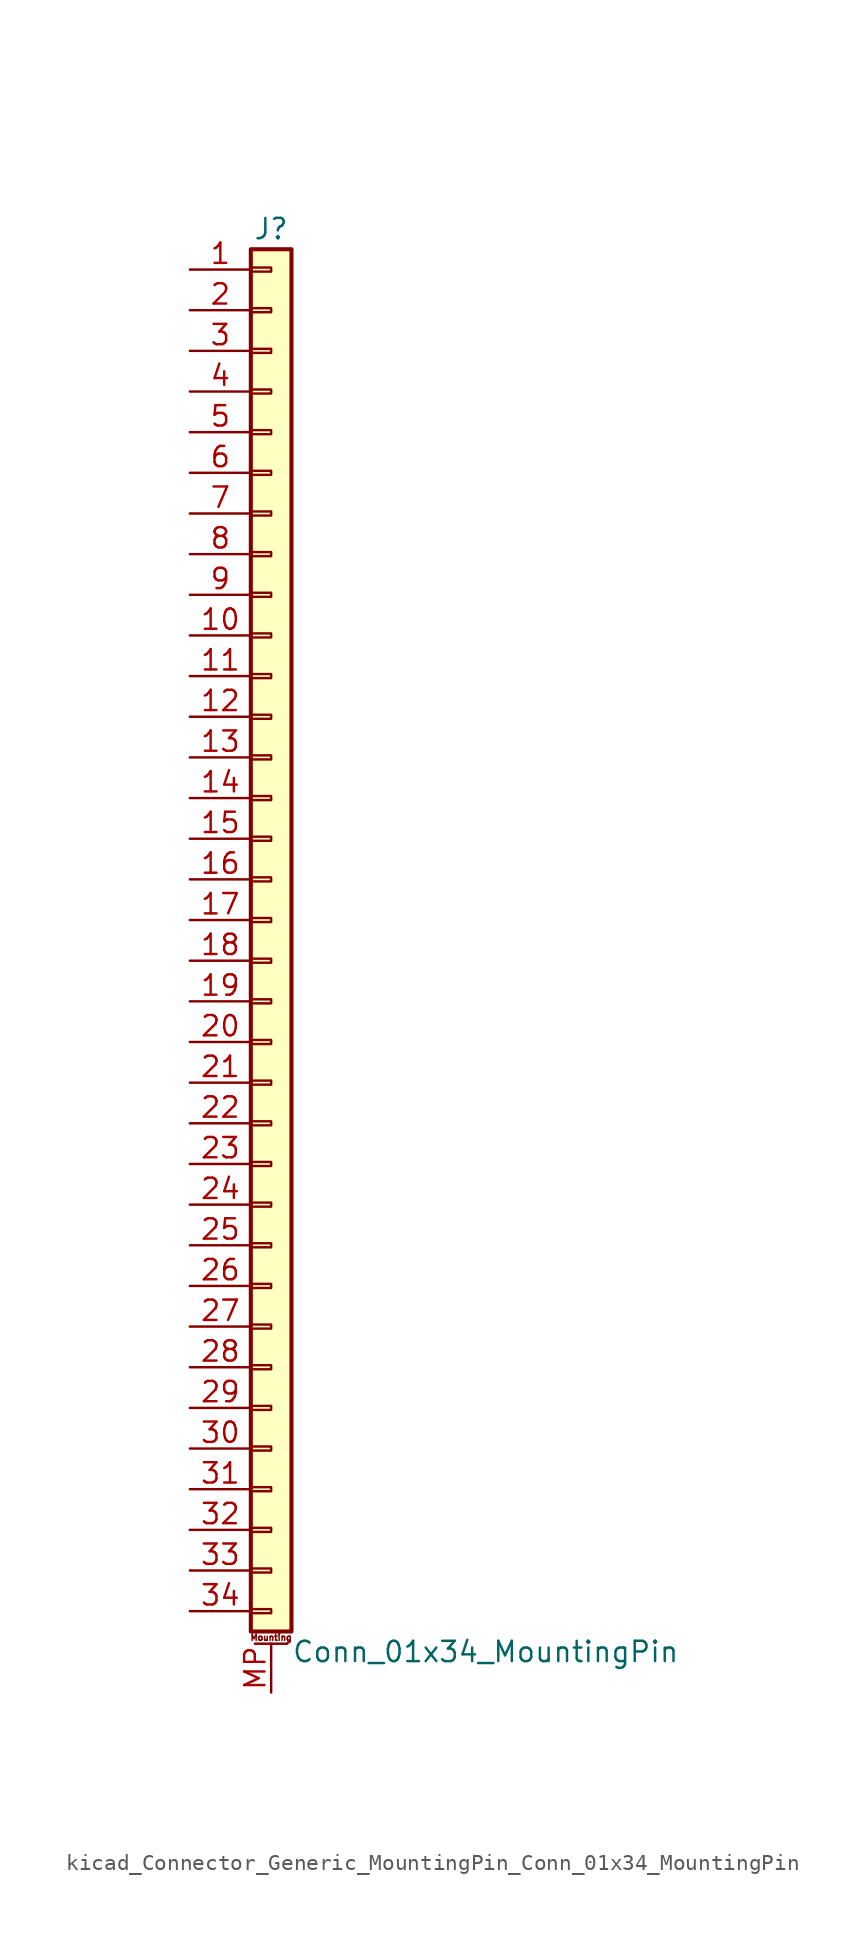
<source format=kicad_sym>
(kicad_symbol_lib
  (version 20220914)
  (generator kicad_symbol_editor)
  (symbol "kicad_Connector_Generic_MountingPin_Conn_01x34_MountingPin"
    (pin_names
      (offset 1.016) hide)
    (property "Reference" "J"
      (at 0 43.18 0)
      (effects (font (size 1.27 1.27))))
    (property "Value" "Conn_01x34_MountingPin"
      (at 1.27 -45.72 0)
      (effects (font (size 1.27 1.27)) (justify left)))
    (symbol "kicad_Connector_Generic_MountingPin_Conn_01x34_MountingPin_1_1"
      (rectangle (start -1.27 -43.053) (end 0 -43.307) (stroke (width 0.152) (type default)) (fill (type none)))
      (rectangle (start -1.27 -40.513) (end 0 -40.767) (stroke (width 0.152) (type default)) (fill (type none)))
      (rectangle (start -1.27 -37.973) (end 0 -38.227) (stroke (width 0.152) (type default)) (fill (type none)))
      (rectangle (start -1.27 -35.433) (end 0 -35.687) (stroke (width 0.152) (type default)) (fill (type none)))
      (rectangle (start -1.27 -32.893) (end 0 -33.147) (stroke (width 0.152) (type default)) (fill (type none)))
      (rectangle (start -1.27 -30.353) (end 0 -30.607) (stroke (width 0.152) (type default)) (fill (type none)))
      (rectangle (start -1.27 -27.813) (end 0 -28.067) (stroke (width 0.152) (type default)) (fill (type none)))
      (rectangle (start -1.27 -25.273) (end 0 -25.527) (stroke (width 0.152) (type default)) (fill (type none)))
      (rectangle (start -1.27 -22.733) (end 0 -22.987) (stroke (width 0.152) (type default)) (fill (type none)))
      (rectangle (start -1.27 -20.193) (end 0 -20.447) (stroke (width 0.152) (type default)) (fill (type none)))
      (rectangle (start -1.27 -17.653) (end 0 -17.907) (stroke (width 0.152) (type default)) (fill (type none)))
      (rectangle (start -1.27 -15.113) (end 0 -15.367) (stroke (width 0.152) (type default)) (fill (type none)))
      (rectangle (start -1.27 -12.573) (end 0 -12.827) (stroke (width 0.152) (type default)) (fill (type none)))
      (rectangle (start -1.27 -10.033) (end 0 -10.287) (stroke (width 0.152) (type default)) (fill (type none)))
      (rectangle (start -1.27 -7.493) (end 0 -7.747) (stroke (width 0.152) (type default)) (fill (type none)))
      (rectangle (start -1.27 -4.953) (end 0 -5.207) (stroke (width 0.152) (type default)) (fill (type none)))
      (rectangle (start -1.27 -2.413) (end 0 -2.667) (stroke (width 0.152) (type default)) (fill (type none)))
      (rectangle (start -1.27 0.127) (end 0 -0.127) (stroke (width 0.152) (type default)) (fill (type none)))
      (rectangle (start -1.27 2.667) (end 0 2.413) (stroke (width 0.152) (type default)) (fill (type none)))
      (rectangle (start -1.27 5.207) (end 0 4.953) (stroke (width 0.152) (type default)) (fill (type none)))
      (rectangle (start -1.27 7.747) (end 0 7.493) (stroke (width 0.152) (type default)) (fill (type none)))
      (rectangle (start -1.27 10.287) (end 0 10.033) (stroke (width 0.152) (type default)) (fill (type none)))
      (rectangle (start -1.27 12.827) (end 0 12.573) (stroke (width 0.152) (type default)) (fill (type none)))
      (rectangle (start -1.27 15.367) (end 0 15.113) (stroke (width 0.152) (type default)) (fill (type none)))
      (rectangle (start -1.27 17.907) (end 0 17.653) (stroke (width 0.152) (type default)) (fill (type none)))
      (rectangle (start -1.27 20.447) (end 0 20.193) (stroke (width 0.152) (type default)) (fill (type none)))
      (rectangle (start -1.27 22.987) (end 0 22.733) (stroke (width 0.152) (type default)) (fill (type none)))
      (rectangle (start -1.27 25.527) (end 0 25.273) (stroke (width 0.152) (type default)) (fill (type none)))
      (rectangle (start -1.27 28.067) (end 0 27.813) (stroke (width 0.152) (type default)) (fill (type none)))
      (rectangle (start -1.27 30.607) (end 0 30.353) (stroke (width 0.152) (type default)) (fill (type none)))
      (rectangle (start -1.27 33.147) (end 0 32.893) (stroke (width 0.152) (type default)) (fill (type none)))
      (rectangle (start -1.27 35.687) (end 0 35.433) (stroke (width 0.152) (type default)) (fill (type none)))
      (rectangle (start -1.27 38.227) (end 0 37.973) (stroke (width 0.152) (type default)) (fill (type none)))
      (rectangle (start -1.27 40.767) (end 0 40.513) (stroke (width 0.152) (type default)) (fill (type none)))
      (rectangle (start -1.27 41.91) (end 1.27 -44.45) (stroke (width 0.254) (type default)) (fill (type background)))
      (polyline (pts (xy -1.016 -45.212) (xy 1.016 -45.212)) (stroke (width 0.152) (type default)) (fill (type none)))
      (text "Mounting" (at 0 -44.831 0) (effects (font (size 0.381 0.381))))
      (pin passive line (at -5.08 40.64 0) (length 3.81) (name "Pin_1" (effects (font (size 1.27 1.27)))) (number "1" (effects (font (size 1.27 1.27)))))
      (pin passive line (at -5.08 17.78 0) (length 3.81) (name "Pin_10" (effects (font (size 1.27 1.27)))) (number "10" (effects (font (size 1.27 1.27)))))
      (pin passive line (at -5.08 15.24 0) (length 3.81) (name "Pin_11" (effects (font (size 1.27 1.27)))) (number "11" (effects (font (size 1.27 1.27)))))
      (pin passive line (at -5.08 12.7 0) (length 3.81) (name "Pin_12" (effects (font (size 1.27 1.27)))) (number "12" (effects (font (size 1.27 1.27)))))
      (pin passive line (at -5.08 10.16 0) (length 3.81) (name "Pin_13" (effects (font (size 1.27 1.27)))) (number "13" (effects (font (size 1.27 1.27)))))
      (pin passive line (at -5.08 7.62 0) (length 3.81) (name "Pin_14" (effects (font (size 1.27 1.27)))) (number "14" (effects (font (size 1.27 1.27)))))
      (pin passive line (at -5.08 5.08 0) (length 3.81) (name "Pin_15" (effects (font (size 1.27 1.27)))) (number "15" (effects (font (size 1.27 1.27)))))
      (pin passive line (at -5.08 2.54 0) (length 3.81) (name "Pin_16" (effects (font (size 1.27 1.27)))) (number "16" (effects (font (size 1.27 1.27)))))
      (pin passive line (at -5.08 0 0) (length 3.81) (name "Pin_17" (effects (font (size 1.27 1.27)))) (number "17" (effects (font (size 1.27 1.27)))))
      (pin passive line (at -5.08 -2.54 0) (length 3.81) (name "Pin_18" (effects (font (size 1.27 1.27)))) (number "18" (effects (font (size 1.27 1.27)))))
      (pin passive line (at -5.08 -5.08 0) (length 3.81) (name "Pin_19" (effects (font (size 1.27 1.27)))) (number "19" (effects (font (size 1.27 1.27)))))
      (pin passive line (at -5.08 38.1 0) (length 3.81) (name "Pin_2" (effects (font (size 1.27 1.27)))) (number "2" (effects (font (size 1.27 1.27)))))
      (pin passive line (at -5.08 -7.62 0) (length 3.81) (name "Pin_20" (effects (font (size 1.27 1.27)))) (number "20" (effects (font (size 1.27 1.27)))))
      (pin passive line (at -5.08 -10.16 0) (length 3.81) (name "Pin_21" (effects (font (size 1.27 1.27)))) (number "21" (effects (font (size 1.27 1.27)))))
      (pin passive line (at -5.08 -12.7 0) (length 3.81) (name "Pin_22" (effects (font (size 1.27 1.27)))) (number "22" (effects (font (size 1.27 1.27)))))
      (pin passive line (at -5.08 -15.24 0) (length 3.81) (name "Pin_23" (effects (font (size 1.27 1.27)))) (number "23" (effects (font (size 1.27 1.27)))))
      (pin passive line (at -5.08 -17.78 0) (length 3.81) (name "Pin_24" (effects (font (size 1.27 1.27)))) (number "24" (effects (font (size 1.27 1.27)))))
      (pin passive line (at -5.08 -20.32 0) (length 3.81) (name "Pin_25" (effects (font (size 1.27 1.27)))) (number "25" (effects (font (size 1.27 1.27)))))
      (pin passive line (at -5.08 -22.86 0) (length 3.81) (name "Pin_26" (effects (font (size 1.27 1.27)))) (number "26" (effects (font (size 1.27 1.27)))))
      (pin passive line (at -5.08 -25.4 0) (length 3.81) (name "Pin_27" (effects (font (size 1.27 1.27)))) (number "27" (effects (font (size 1.27 1.27)))))
      (pin passive line (at -5.08 -27.94 0) (length 3.81) (name "Pin_28" (effects (font (size 1.27 1.27)))) (number "28" (effects (font (size 1.27 1.27)))))
      (pin passive line (at -5.08 -30.48 0) (length 3.81) (name "Pin_29" (effects (font (size 1.27 1.27)))) (number "29" (effects (font (size 1.27 1.27)))))
      (pin passive line (at -5.08 35.56 0) (length 3.81) (name "Pin_3" (effects (font (size 1.27 1.27)))) (number "3" (effects (font (size 1.27 1.27)))))
      (pin passive line (at -5.08 -33.02 0) (length 3.81) (name "Pin_30" (effects (font (size 1.27 1.27)))) (number "30" (effects (font (size 1.27 1.27)))))
      (pin passive line (at -5.08 -35.56 0) (length 3.81) (name "Pin_31" (effects (font (size 1.27 1.27)))) (number "31" (effects (font (size 1.27 1.27)))))
      (pin passive line (at -5.08 -38.1 0) (length 3.81) (name "Pin_32" (effects (font (size 1.27 1.27)))) (number "32" (effects (font (size 1.27 1.27)))))
      (pin passive line (at -5.08 -40.64 0) (length 3.81) (name "Pin_33" (effects (font (size 1.27 1.27)))) (number "33" (effects (font (size 1.27 1.27)))))
      (pin passive line (at -5.08 -43.18 0) (length 3.81) (name "Pin_34" (effects (font (size 1.27 1.27)))) (number "34" (effects (font (size 1.27 1.27)))))
      (pin passive line (at -5.08 33.02 0) (length 3.81) (name "Pin_4" (effects (font (size 1.27 1.27)))) (number "4" (effects (font (size 1.27 1.27)))))
      (pin passive line (at -5.08 30.48 0) (length 3.81) (name "Pin_5" (effects (font (size 1.27 1.27)))) (number "5" (effects (font (size 1.27 1.27)))))
      (pin passive line (at -5.08 27.94 0) (length 3.81) (name "Pin_6" (effects (font (size 1.27 1.27)))) (number "6" (effects (font (size 1.27 1.27)))))
      (pin passive line (at -5.08 25.4 0) (length 3.81) (name "Pin_7" (effects (font (size 1.27 1.27)))) (number "7" (effects (font (size 1.27 1.27)))))
      (pin passive line (at -5.08 22.86 0) (length 3.81) (name "Pin_8" (effects (font (size 1.27 1.27)))) (number "8" (effects (font (size 1.27 1.27)))))
      (pin passive line (at -5.08 20.32 0) (length 3.81) (name "Pin_9" (effects (font (size 1.27 1.27)))) (number "9" (effects (font (size 1.27 1.27)))))
      (pin passive line (at 0 -48.26 90) (length 3.048) (name "MountPin" (effects (font (size 1.27 1.27)))) (number "MP" (effects (font (size 1.27 1.27))))))))
</source>
